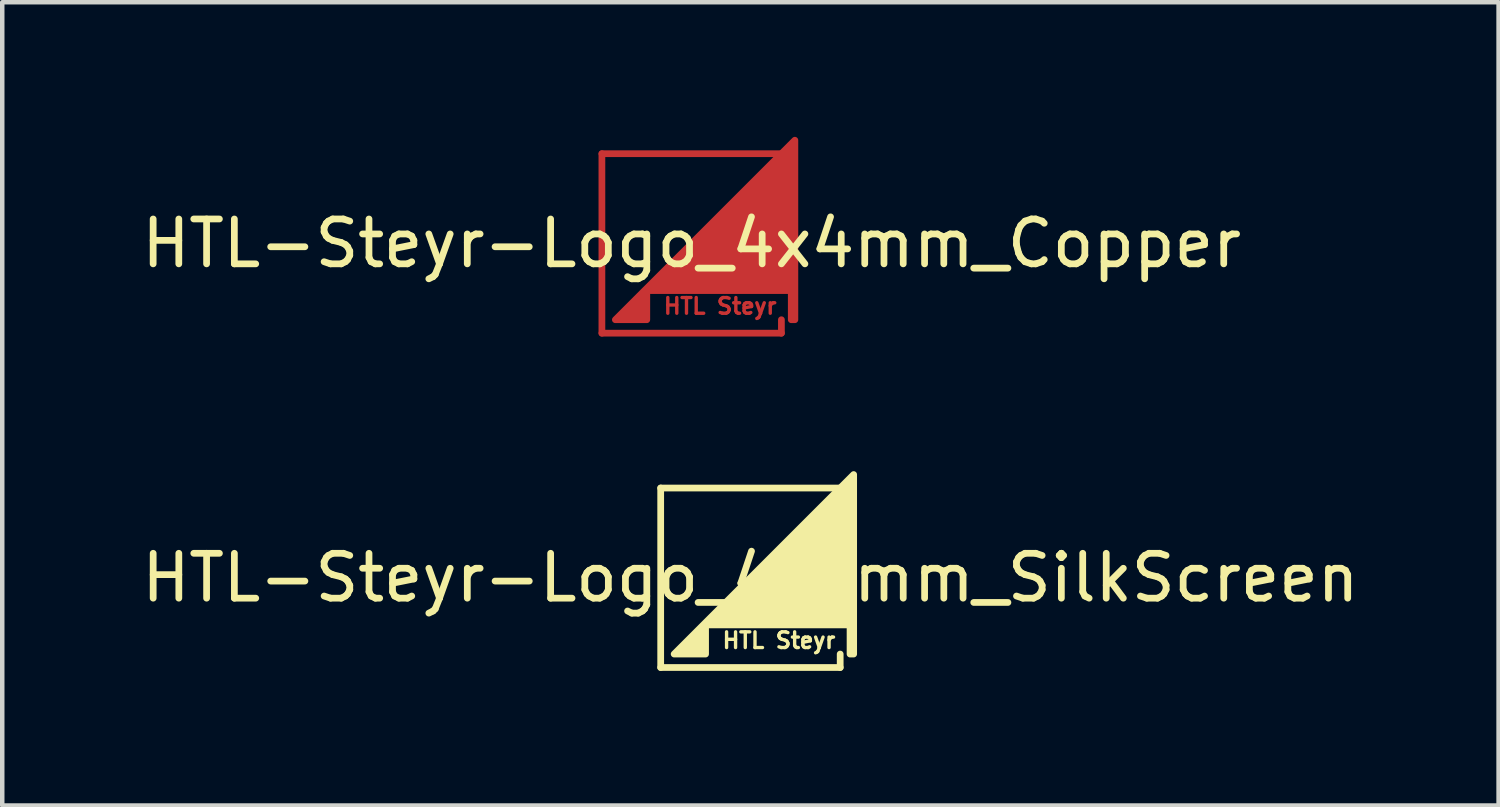
<source format=kicad_pcb>
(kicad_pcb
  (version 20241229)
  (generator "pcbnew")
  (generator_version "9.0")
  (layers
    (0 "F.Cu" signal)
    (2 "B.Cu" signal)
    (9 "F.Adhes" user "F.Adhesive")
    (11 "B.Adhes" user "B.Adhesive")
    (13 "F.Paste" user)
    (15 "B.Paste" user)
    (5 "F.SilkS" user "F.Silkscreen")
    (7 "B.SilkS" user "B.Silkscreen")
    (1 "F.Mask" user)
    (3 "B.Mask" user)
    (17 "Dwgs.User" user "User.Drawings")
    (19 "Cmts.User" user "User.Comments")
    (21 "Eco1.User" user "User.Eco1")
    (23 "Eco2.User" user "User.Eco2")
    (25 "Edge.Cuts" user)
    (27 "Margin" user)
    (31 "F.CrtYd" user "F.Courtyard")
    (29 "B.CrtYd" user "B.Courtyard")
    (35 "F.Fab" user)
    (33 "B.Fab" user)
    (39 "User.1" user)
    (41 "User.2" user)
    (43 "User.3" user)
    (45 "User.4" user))
  (footprint "HTL-Steyr-Logo_4x4mm_SilkScreen"
    (layer "F.Cu")
    (at 13.673 9.825)
    (property "Reference" "HTL-Steyr-Logo_4x4mm_SilkScreen" (at 0 0 0) (layer "F.SilkS") (effects (font (size 1 1) (thickness 0.15))))
    (attr exclude_from_pos_files exclude_from_bom)
    (fp_line (start -2 -2) (end -2 2) (stroke (width 0.15) (type solid)) (layer "F.SilkS"))
    (fp_line (start -2 2) (end 2 2) (stroke (width 0.15) (type solid)) (layer "F.SilkS"))
    (fp_line (start 2 -2) (end -2 -2) (stroke (width 0.15) (type solid)) (layer "F.SilkS"))
    (fp_line (start 2 2) (end 2 1.7) (stroke (width 0.15) (type solid)) (layer "F.SilkS"))
    (fp_poly (pts (xy 2.3 -2.3) (xy 2.3 1.7) (xy -1 1.7) (xy 2.22 1.7) (xy 2.22 1.05) (xy -1 1.05) (xy -1 1.7) (xy -1.7 1.7)) (stroke (width 0.15) (type solid)) (fill yes) (layer "F.SilkS"))
    (fp_text user "HTL Steyr" (at 0.635 1.397 0) (unlocked yes) (layer "F.SilkS") (effects (font (size 0.35 0.35) (thickness 0.075)))))
  (footprint "HTL-Steyr-Logo_4x4mm_Copper"
    (layer "F.Cu")
    (at 12.363 2.375)
    (property "Reference" "HTL-Steyr-Logo_4x4mm_Copper" (at 0 0 0) (layer "F.SilkS") (effects (font (size 1 1) (thickness 0.15))))
    (attr exclude_from_pos_files exclude_from_bom)
    (fp_line (start -2 -2) (end -2 2) (stroke (width 0.15) (type solid)) (layer "F.Cu"))
    (fp_line (start -2 2) (end 2 2) (stroke (width 0.15) (type solid)) (layer "F.Cu"))
    (fp_line (start 2 -2) (end -2 -2) (stroke (width 0.15) (type solid)) (layer "F.Cu"))
    (fp_line (start 2 2) (end 2 1.7) (stroke (width 0.15) (type solid)) (layer "F.Cu"))
    (fp_poly (pts (xy 2.3 -2.3) (xy 2.3 1.7) (xy -1 1.7) (xy 2.22 1.7) (xy 2.22 1.05) (xy -1 1.05) (xy -1 1.7) (xy -1.7 1.7)) (stroke (width 0.15) (type solid)) (fill yes) (layer "F.Cu"))
    (fp_text user "HTL Steyr" (at 0.635 1.397 0) (unlocked yes) (layer "F.Cu") (effects (font (size 0.35 0.35) (thickness 0.075)))))
  (gr_rect
    (start -3 -3)
    (end 30.345 14.9)
    (stroke (width 0.1) (type default))
    (fill no)
    (layer "Edge.Cuts")))
</source>
